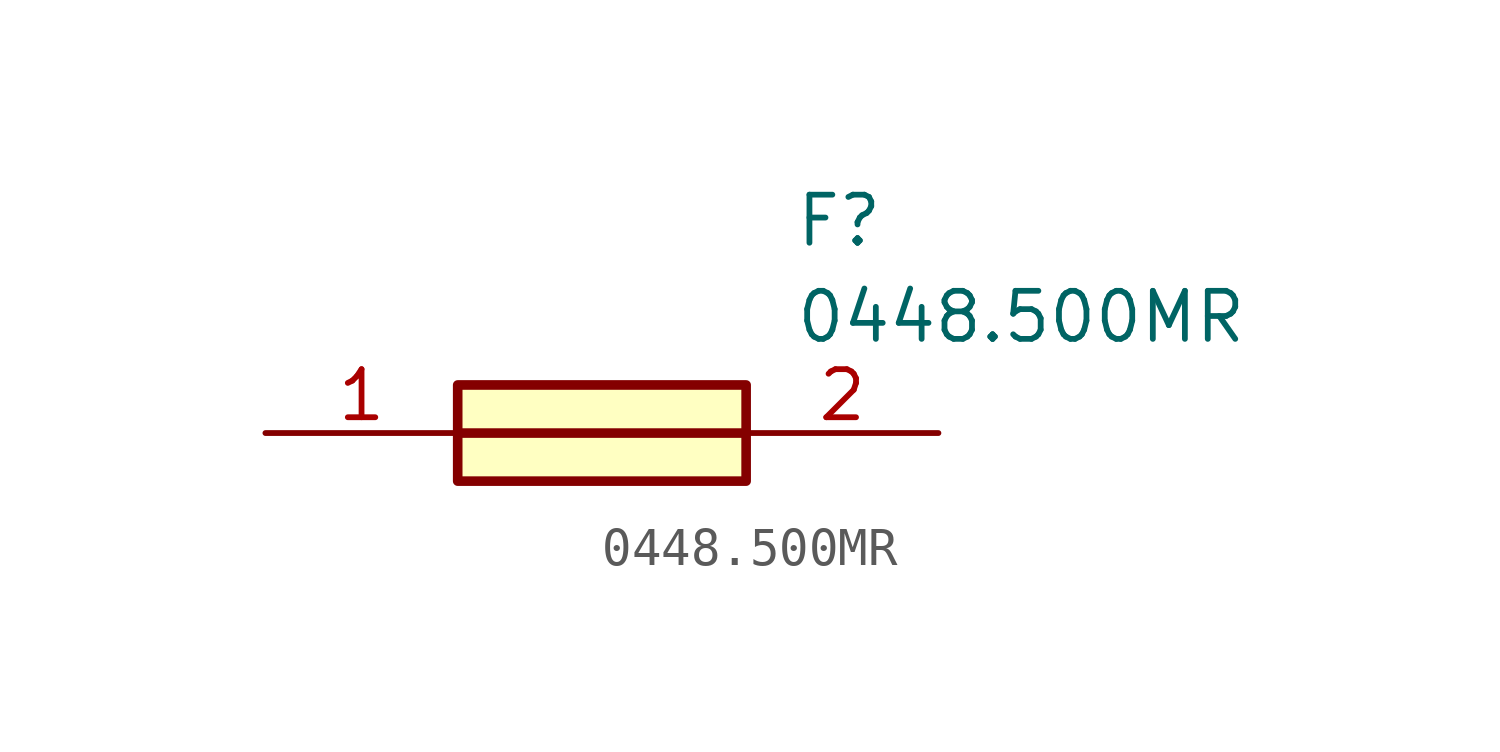
<source format=kicad_sym>
(kicad_symbol_lib
  (version 20211014)
  (generator SamacSys_ECAD_Model)
  (symbol "0448.500MR"
    (pin_names hide)
    (property "Reference" "F"
      (at 13.97 6.35 0)
      (effects (font (size 1.27 1.27)) (justify left top)))
    (property "Value" "0448.500MR"
      (at 13.97 3.81 0)
      (effects (font (size 1.27 1.27)) (justify left top)))
    (rectangle
      (start 5.08 1.27)
      (end 12.7 -1.27)
      (stroke (width 0.254) (type default))
      (fill (type background)))
    (polyline
      (pts (xy 5.08 0) (xy 12.7 0))
      (stroke (width 0.254) (type default))
      (fill (type none)))
    (pin passive line
      (at 0 0 0)
      (length 5.08)
      (name "1" (effects (font (size 1.27 1.27))))
      (number "1" (effects (font (size 1.27 1.27)))))
    (pin passive line
      (at 17.78 0 180)
      (length 5.08)
      (name "2" (effects (font (size 1.27 1.27))))
      (number "2" (effects (font (size 1.27 1.27)))))))
</source>
